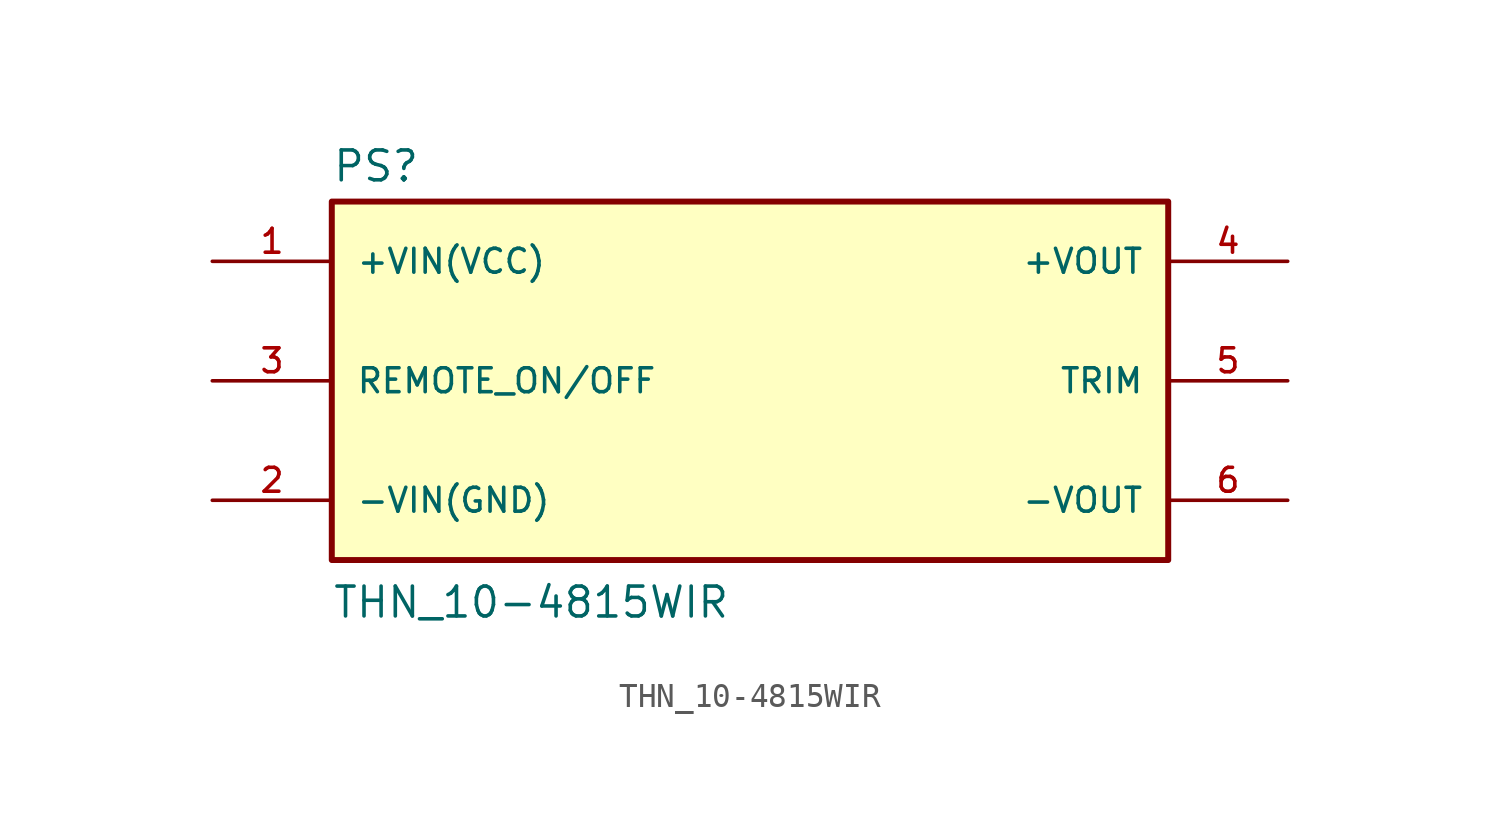
<source format=kicad_sym>
(kicad_symbol_lib
  (version 20211014)
  (generator kicad_symbol_editor)
  (symbol "THN_10-4815WIR"
    (pin_names
      (offset 1.016))
    (property "Reference" "PS"
      (at -17.78 8.382 0)
      (effects (font (size 1.27 1.27)) (justify bottom left)))
    (property "Value" "THN_10-4815WIR"
      (at -17.78 -10.16 0)
      (effects (font (size 1.27 1.27)) (justify bottom left)))
    (symbol "THN_10-4815WIR_0_0"
      (rectangle (start -17.78 -7.62) (end 17.78 7.62) (stroke (width 0.254)) (fill (type background)))
      (pin input line (at -22.86 -5.08 0) (length 5.08) (name "-VIN(GND)" (effects (font (size 1.016 1.016)))) (number "2" (effects (font (size 1.016 1.016)))))
      (pin output line (at 22.86 5.08 180.0) (length 5.08) (name "+VOUT" (effects (font (size 1.016 1.016)))) (number "4" (effects (font (size 1.016 1.016)))))
      (pin output line (at 22.86 -5.08 180.0) (length 5.08) (name "-VOUT" (effects (font (size 1.016 1.016)))) (number "6" (effects (font (size 1.016 1.016)))))
      (pin input line (at -22.86 5.08 0) (length 5.08) (name "+VIN(VCC)" (effects (font (size 1.016 1.016)))) (number "1" (effects (font (size 1.016 1.016)))))
      (pin input line (at -22.86 0.0 0) (length 5.08) (name "REMOTE_ON/OFF" (effects (font (size 1.016 1.016)))) (number "3" (effects (font (size 1.016 1.016)))))
      (pin passive line (at 22.86 0.0 180.0) (length 5.08) (name "TRIM" (effects (font (size 1.016 1.016)))) (number "5" (effects (font (size 1.016 1.016))))))))
</source>
